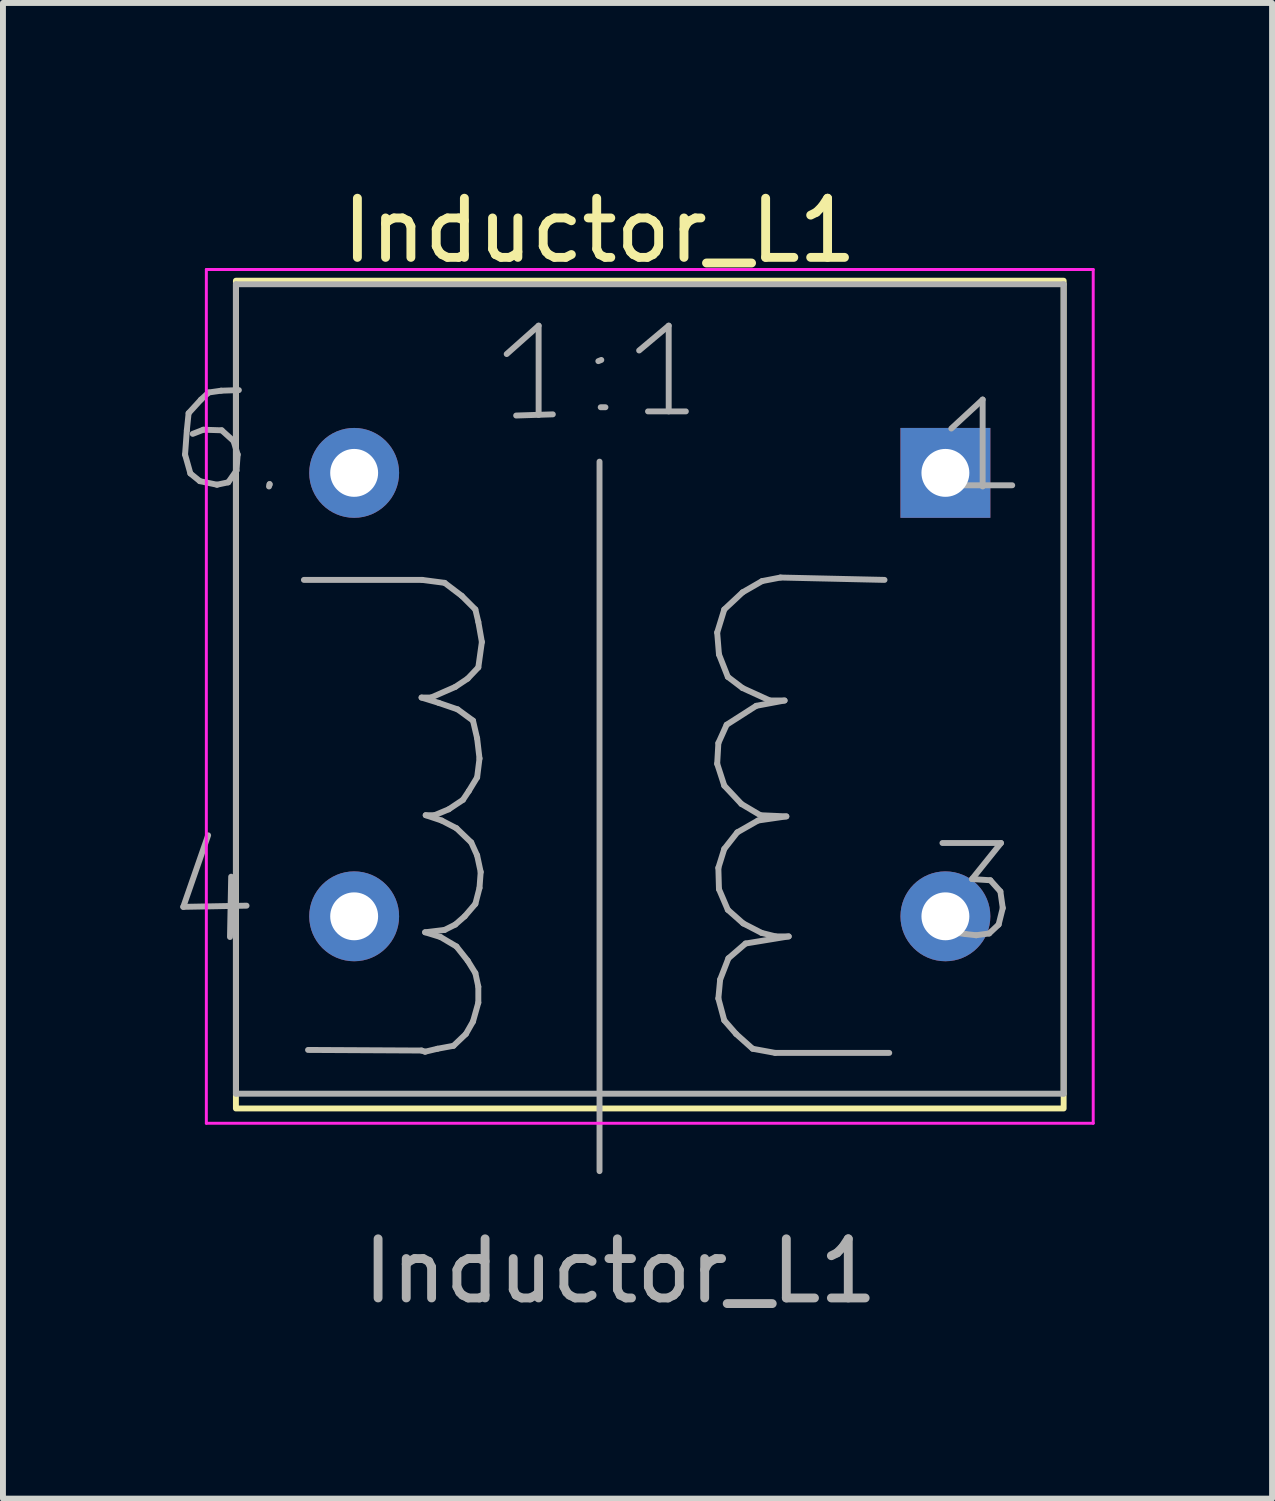
<source format=kicad_pcb>
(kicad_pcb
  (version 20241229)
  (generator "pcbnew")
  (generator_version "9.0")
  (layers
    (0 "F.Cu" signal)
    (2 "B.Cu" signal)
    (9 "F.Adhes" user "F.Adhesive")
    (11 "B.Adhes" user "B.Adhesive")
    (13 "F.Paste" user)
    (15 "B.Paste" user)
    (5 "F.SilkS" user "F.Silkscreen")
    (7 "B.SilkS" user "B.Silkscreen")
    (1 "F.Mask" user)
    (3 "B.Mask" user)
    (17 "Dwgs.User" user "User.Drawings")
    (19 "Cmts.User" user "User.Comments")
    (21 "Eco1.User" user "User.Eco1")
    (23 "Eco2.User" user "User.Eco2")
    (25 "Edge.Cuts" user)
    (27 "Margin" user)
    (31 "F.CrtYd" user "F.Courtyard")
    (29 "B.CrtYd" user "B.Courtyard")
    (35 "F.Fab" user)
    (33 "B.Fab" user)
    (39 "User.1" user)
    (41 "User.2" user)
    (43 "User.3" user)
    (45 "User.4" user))
  (footprint "Inductor_L1"
    (layer "F.Cu")
    (at 13.44 6.948)
    (property "Reference" "Inductor_L1" (at -6.35 -6.1 0) (layer "F.SilkS") (effects (font (size 1 1) (thickness 0.15))))
    (attr through_hole)
    (fp_rect (start -12.5 -5.25) (end 1.5 8.75) (stroke (width 0.1) (type solid)) (fill no) (layer "F.SilkS"))
    (fp_line (start -13 -5.44) (end -13 9) (stroke (width 0.05) (type solid)) (layer "F.CrtYd"))
    (fp_line (start -13 -5.44) (end 2 -5.44) (stroke (width 0.05) (type solid)) (layer "F.CrtYd"))
    (fp_line (start 2 9) (end -13 9) (stroke (width 0.05) (type solid)) (layer "F.CrtYd"))
    (fp_line (start 2 9) (end 2 -5.44) (stroke (width 0.05) (type solid)) (layer "F.CrtYd"))
    (fp_line (start -13.39 5.34) (end -12.32 5.32) (stroke (width 0.1) (type solid)) (layer "F.Fab"))
    (fp_line (start -13.36 -2.31) (end -13.27 -1.99) (stroke (width 0.1) (type solid)) (layer "F.Fab"))
    (fp_line (start -13.33 -2.72) (end -13.36 -2.31) (stroke (width 0.1) (type solid)) (layer "F.Fab"))
    (fp_line (start -13.3 -3.01) (end -13.33 -2.72) (stroke (width 0.1) (type solid)) (layer "F.Fab"))
    (fp_line (start -13.27 -1.99) (end -13.11 -1.86) (stroke (width 0.1) (type solid)) (layer "F.Fab"))
    (fp_line (start -13.11 -1.86) (end -12.82 -1.8) (stroke (width 0.1) (type solid)) (layer "F.Fab"))
    (fp_line (start -13.09 -3.24) (end -13.3 -3.01) (stroke (width 0.1) (type solid)) (layer "F.Fab"))
    (fp_line (start -13.05 -2.73) (end -13.23 -2.66) (stroke (width 0.1) (type solid)) (layer "F.Fab"))
    (fp_line (start -12.97 4.13) (end -13.39 5.34) (stroke (width 0.1) (type solid)) (layer "F.Fab"))
    (fp_line (start -12.96 -3.36) (end -13.09 -3.24) (stroke (width 0.1) (type solid)) (layer "F.Fab"))
    (fp_line (start -12.82 -1.8) (end -12.63 -1.84) (stroke (width 0.1) (type solid)) (layer "F.Fab"))
    (fp_line (start -12.75 -3.39) (end -12.96 -3.36) (stroke (width 0.1) (type solid)) (layer "F.Fab"))
    (fp_line (start -12.74 -2.72) (end -13.05 -2.73) (stroke (width 0.1) (type solid)) (layer "F.Fab"))
    (fp_line (start -12.63 -1.84) (end -12.49 -2.04) (stroke (width 0.1) (type solid)) (layer "F.Fab"))
    (fp_line (start -12.58 4.83) (end -12.6 5.85) (stroke (width 0.1) (type solid)) (layer "F.Fab"))
    (fp_line (start -12.54 -2.54) (end -12.74 -2.72) (stroke (width 0.1) (type solid)) (layer "F.Fab"))
    (fp_line (start -12.5 -5.19) (end -12.5 8.5) (stroke (width 0.1) (type solid)) (layer "F.Fab"))
    (fp_line (start -12.5 8.5) (end 1.5 8.5) (stroke (width 0.1) (type solid)) (layer "F.Fab"))
    (fp_line (start -12.49 -2.04) (end -12.47 -2.31) (stroke (width 0.1) (type solid)) (layer "F.Fab"))
    (fp_line (start -12.47 -2.31) (end -12.54 -2.54) (stroke (width 0.1) (type solid)) (layer "F.Fab"))
    (fp_line (start -12.45 -3.4) (end -12.75 -3.39) (stroke (width 0.1) (type solid)) (layer "F.Fab"))
    (fp_line (start -11.94 -1.77) (end -11.93 -1.81) (stroke (width 0.1) (type solid)) (layer "F.Fab"))
    (fp_line (start -11.93 -1.81) (end -11.93 -1.8) (stroke (width 0.1) (type solid)) (layer "F.Fab"))
    (fp_line (start -11.35 -0.19) (end -9.35 -0.19) (stroke (width 0.1) (type solid)) (layer "F.Fab"))
    (fp_line (start -9.36 1.8) (end -9.07 1.89) (stroke (width 0.1) (type solid)) (layer "F.Fab"))
    (fp_line (start -9.36 7.77) (end -11.28 7.76) (stroke (width 0.1) (type solid)) (layer "F.Fab"))
    (fp_line (start -9.35 -0.19) (end -8.97 -0.14) (stroke (width 0.1) (type solid)) (layer "F.Fab"))
    (fp_line (start -9.3 5.77) (end -9.04 5.85) (stroke (width 0.1) (type solid)) (layer "F.Fab"))
    (fp_line (start -9.3 7.79) (end -9.36 7.77) (stroke (width 0.1) (type solid)) (layer "F.Fab"))
    (fp_line (start -9.29 3.79) (end -9.02 3.88) (stroke (width 0.1) (type solid)) (layer "F.Fab"))
    (fp_line (start -9.2 1.8) (end -9.36 1.8) (stroke (width 0.1) (type solid)) (layer "F.Fab"))
    (fp_line (start -9.14 3.79) (end -9.29 3.79) (stroke (width 0.1) (type solid)) (layer "F.Fab"))
    (fp_line (start -9.09 7.74) (end -9.3 7.79) (stroke (width 0.1) (type solid)) (layer "F.Fab"))
    (fp_line (start -9.07 1.89) (end -8.75 2) (stroke (width 0.1) (type solid)) (layer "F.Fab"))
    (fp_line (start -9.04 5.85) (end -8.77 6.01) (stroke (width 0.1) (type solid)) (layer "F.Fab"))
    (fp_line (start -9.02 3.88) (end -8.77 4.01) (stroke (width 0.1) (type solid)) (layer "F.Fab"))
    (fp_line (start -8.97 -0.14) (end -8.68 0.08) (stroke (width 0.1) (type solid)) (layer "F.Fab"))
    (fp_line (start -8.97 5.73) (end -9.3 5.77) (stroke (width 0.1) (type solid)) (layer "F.Fab"))
    (fp_line (start -8.9 3.69) (end -9.14 3.79) (stroke (width 0.1) (type solid)) (layer "F.Fab"))
    (fp_line (start -8.82 7.69) (end -9.09 7.74) (stroke (width 0.1) (type solid)) (layer "F.Fab"))
    (fp_line (start -8.79 1.62) (end -9.2 1.8) (stroke (width 0.1) (type solid)) (layer "F.Fab"))
    (fp_line (start -8.79 5.64) (end -8.97 5.73) (stroke (width 0.1) (type solid)) (layer "F.Fab"))
    (fp_line (start -8.77 4.01) (end -8.52 4.25) (stroke (width 0.1) (type solid)) (layer "F.Fab"))
    (fp_line (start -8.77 6.01) (end -8.58 6.25) (stroke (width 0.1) (type solid)) (layer "F.Fab"))
    (fp_line (start -8.75 2) (end -8.49 2.19) (stroke (width 0.1) (type solid)) (layer "F.Fab"))
    (fp_line (start -8.68 0.08) (end -8.45 0.31) (stroke (width 0.1) (type solid)) (layer "F.Fab"))
    (fp_line (start -8.66 3.53) (end -8.9 3.69) (stroke (width 0.1) (type solid)) (layer "F.Fab"))
    (fp_line (start -8.63 5.5) (end -8.79 5.64) (stroke (width 0.1) (type solid)) (layer "F.Fab"))
    (fp_line (start -8.61 7.49) (end -8.82 7.69) (stroke (width 0.1) (type solid)) (layer "F.Fab"))
    (fp_line (start -8.58 1.48) (end -8.79 1.62) (stroke (width 0.1) (type solid)) (layer "F.Fab"))
    (fp_line (start -8.58 6.25) (end -8.45 6.46) (stroke (width 0.1) (type solid)) (layer "F.Fab"))
    (fp_line (start -8.56 3.38) (end -8.66 3.53) (stroke (width 0.1) (type solid)) (layer "F.Fab"))
    (fp_line (start -8.52 4.25) (end -8.42 4.47) (stroke (width 0.1) (type solid)) (layer "F.Fab"))
    (fp_line (start -8.49 2.19) (end -8.42 2.49) (stroke (width 0.1) (type solid)) (layer "F.Fab"))
    (fp_line (start -8.49 7.28) (end -8.61 7.49) (stroke (width 0.1) (type solid)) (layer "F.Fab"))
    (fp_line (start -8.45 0.31) (end -8.4 0.52) (stroke (width 0.1) (type solid)) (layer "F.Fab"))
    (fp_line (start -8.45 5.29) (end -8.63 5.5) (stroke (width 0.1) (type solid)) (layer "F.Fab"))
    (fp_line (start -8.45 6.46) (end -8.4 6.69) (stroke (width 0.1) (type solid)) (layer "F.Fab"))
    (fp_line (start -8.42 2.49) (end -8.38 2.83) (stroke (width 0.1) (type solid)) (layer "F.Fab"))
    (fp_line (start -8.42 3.15) (end -8.56 3.38) (stroke (width 0.1) (type solid)) (layer "F.Fab"))
    (fp_line (start -8.42 4.47) (end -8.36 4.75) (stroke (width 0.1) (type solid)) (layer "F.Fab"))
    (fp_line (start -8.4 0.52) (end -8.34 0.86) (stroke (width 0.1) (type solid)) (layer "F.Fab"))
    (fp_line (start -8.4 1.29) (end -8.58 1.48) (stroke (width 0.1) (type solid)) (layer "F.Fab"))
    (fp_line (start -8.4 6.69) (end -8.4 6.96) (stroke (width 0.1) (type solid)) (layer "F.Fab"))
    (fp_line (start -8.4 6.96) (end -8.49 7.28) (stroke (width 0.1) (type solid)) (layer "F.Fab"))
    (fp_line (start -8.38 2.83) (end -8.42 3.15) (stroke (width 0.1) (type solid)) (layer "F.Fab"))
    (fp_line (start -8.38 5.02) (end -8.45 5.29) (stroke (width 0.1) (type solid)) (layer "F.Fab"))
    (fp_line (start -8.36 4.75) (end -8.38 5.02) (stroke (width 0.1) (type solid)) (layer "F.Fab"))
    (fp_line (start -8.34 0.86) (end -8.4 1.29) (stroke (width 0.1) (type solid)) (layer "F.Fab"))
    (fp_line (start -7.92 -4.01) (end -7.38 -4.49) (stroke (width 0.1) (type solid)) (layer "F.Fab"))
    (fp_line (start -7.76 -2.97) (end -7.14 -2.99) (stroke (width 0.1) (type solid)) (layer "F.Fab"))
    (fp_line (start -7.38 -4.49) (end -7.38 -2.98) (stroke (width 0.1) (type solid)) (layer "F.Fab"))
    (fp_line (start -6.35 -2.19) (end -6.35 9.81) (stroke (width 0.1) (type solid)) (layer "F.Fab"))
    (fp_line (start -6.32 -3.91) (end -6.37 -3.89) (stroke (width 0.1) (type solid)) (layer "F.Fab"))
    (fp_line (start -6.25 -3.11) (end -6.33 -3.11) (stroke (width 0.1) (type solid)) (layer "F.Fab"))
    (fp_line (start -5.68 -4.07) (end -5.18 -4.49) (stroke (width 0.1) (type solid)) (layer "F.Fab"))
    (fp_line (start -5.53 -3.04) (end -4.89 -3.04) (stroke (width 0.1) (type solid)) (layer "F.Fab"))
    (fp_line (start -5.18 -4.49) (end -5.18 -3.04) (stroke (width 0.1) (type solid)) (layer "F.Fab"))
    (fp_line (start -4.36 0.7) (end -4.33 1.07) (stroke (width 0.1) (type solid)) (layer "F.Fab"))
    (fp_line (start -4.36 2.92) (end -4.24 3.29) (stroke (width 0.1) (type solid)) (layer "F.Fab"))
    (fp_line (start -4.34 2.57) (end -4.36 2.92) (stroke (width 0.1) (type solid)) (layer "F.Fab"))
    (fp_line (start -4.34 4.68) (end -4.33 5.04) (stroke (width 0.1) (type solid)) (layer "F.Fab"))
    (fp_line (start -4.34 6.89) (end -4.24 7.26) (stroke (width 0.1) (type solid)) (layer "F.Fab"))
    (fp_line (start -4.33 1.07) (end -4.18 1.45) (stroke (width 0.1) (type solid)) (layer "F.Fab"))
    (fp_line (start -4.33 5.04) (end -4.18 5.39) (stroke (width 0.1) (type solid)) (layer "F.Fab"))
    (fp_line (start -4.31 6.57) (end -4.34 6.89) (stroke (width 0.1) (type solid)) (layer "F.Fab"))
    (fp_line (start -4.24 0.31) (end -4.36 0.7) (stroke (width 0.1) (type solid)) (layer "F.Fab"))
    (fp_line (start -4.24 3.29) (end -3.95 3.6) (stroke (width 0.1) (type solid)) (layer "F.Fab"))
    (fp_line (start -4.24 4.36) (end -4.34 4.68) (stroke (width 0.1) (type solid)) (layer "F.Fab"))
    (fp_line (start -4.24 7.26) (end -4.04 7.49) (stroke (width 0.1) (type solid)) (layer "F.Fab"))
    (fp_line (start -4.2 2.26) (end -4.34 2.57) (stroke (width 0.1) (type solid)) (layer "F.Fab"))
    (fp_line (start -4.18 1.45) (end -3.93 1.64) (stroke (width 0.1) (type solid)) (layer "F.Fab"))
    (fp_line (start -4.18 5.39) (end -3.92 5.62) (stroke (width 0.1) (type solid)) (layer "F.Fab"))
    (fp_line (start -4.17 6.21) (end -4.31 6.57) (stroke (width 0.1) (type solid)) (layer "F.Fab"))
    (fp_line (start -4.04 7.49) (end -3.76 7.74) (stroke (width 0.1) (type solid)) (layer "F.Fab"))
    (fp_line (start -4.02 4.08) (end -4.24 4.36) (stroke (width 0.1) (type solid)) (layer "F.Fab"))
    (fp_line (start -3.95 3.6) (end -3.63 3.79) (stroke (width 0.1) (type solid)) (layer "F.Fab"))
    (fp_line (start -3.93 0.02) (end -4.24 0.31) (stroke (width 0.1) (type solid)) (layer "F.Fab"))
    (fp_line (start -3.93 1.64) (end -3.47 1.85) (stroke (width 0.1) (type solid)) (layer "F.Fab"))
    (fp_line (start -3.92 5.62) (end -3.61 5.78) (stroke (width 0.1) (type solid)) (layer "F.Fab"))
    (fp_line (start -3.88 5.96) (end -4.17 6.21) (stroke (width 0.1) (type solid)) (layer "F.Fab"))
    (fp_line (start -3.76 7.74) (end -3.38 7.81) (stroke (width 0.1) (type solid)) (layer "F.Fab"))
    (fp_line (start -3.7 1.94) (end -4.2 2.26) (stroke (width 0.1) (type solid)) (layer "F.Fab"))
    (fp_line (start -3.67 3.88) (end -4.02 4.08) (stroke (width 0.1) (type solid)) (layer "F.Fab"))
    (fp_line (start -3.63 3.79) (end -3.19 3.81) (stroke (width 0.1) (type solid)) (layer "F.Fab"))
    (fp_line (start -3.61 5.78) (end -3.37 5.84) (stroke (width 0.1) (type solid)) (layer "F.Fab"))
    (fp_line (start -3.6 -0.17) (end -3.93 0.02) (stroke (width 0.1) (type solid)) (layer "F.Fab"))
    (fp_line (start -3.47 1.85) (end -3.22 1.85) (stroke (width 0.1) (type solid)) (layer "F.Fab"))
    (fp_line (start -3.38 7.81) (end -1.45 7.81) (stroke (width 0.1) (type solid)) (layer "F.Fab"))
    (fp_line (start -3.37 5.84) (end -3.15 5.84) (stroke (width 0.1) (type solid)) (layer "F.Fab"))
    (fp_line (start -3.29 -0.23) (end -3.6 -0.17) (stroke (width 0.1) (type solid)) (layer "F.Fab"))
    (fp_line (start -3.22 1.85) (end -3.7 1.94) (stroke (width 0.1) (type solid)) (layer "F.Fab"))
    (fp_line (start -3.19 3.81) (end -3.67 3.88) (stroke (width 0.1) (type solid)) (layer "F.Fab"))
    (fp_line (start -3.15 5.84) (end -3.88 5.96) (stroke (width 0.1) (type solid)) (layer "F.Fab"))
    (fp_line (start -1.53 -0.19) (end -3.29 -0.23) (stroke (width 0.1) (type solid)) (layer "F.Fab"))
    (fp_line (start -0.55 4.26) (end 0.44 4.26) (stroke (width 0.1) (type solid)) (layer "F.Fab"))
    (fp_line (start -0.4 -2.75) (end 0.13 -3.24) (stroke (width 0.1) (type solid)) (layer "F.Fab"))
    (fp_line (start -0.36 -1.79) (end 0.63 -1.79) (stroke (width 0.1) (type solid)) (layer "F.Fab"))
    (fp_line (start -0.32 5.78) (end -0.47 5.67) (stroke (width 0.1) (type solid)) (layer "F.Fab"))
    (fp_line (start -0.16 5.8) (end -0.32 5.78) (stroke (width 0.1) (type solid)) (layer "F.Fab"))
    (fp_line (start -0.05 4.87) (end 0.26 4.89) (stroke (width 0.1) (type solid)) (layer "F.Fab"))
    (fp_line (start 0.02 5.82) (end -0.16 5.8) (stroke (width 0.1) (type solid)) (layer "F.Fab"))
    (fp_line (start 0.13 -3.24) (end 0.13 -1.77) (stroke (width 0.1) (type solid)) (layer "F.Fab"))
    (fp_line (start 0.24 5.79) (end 0.02 5.82) (stroke (width 0.1) (type solid)) (layer "F.Fab"))
    (fp_line (start 0.26 4.89) (end 0.43 5.08) (stroke (width 0.1) (type solid)) (layer "F.Fab"))
    (fp_line (start 0.4 5.64) (end 0.24 5.79) (stroke (width 0.1) (type solid)) (layer "F.Fab"))
    (fp_line (start 0.43 5.08) (end 0.47 5.36) (stroke (width 0.1) (type solid)) (layer "F.Fab"))
    (fp_line (start 0.44 4.26) (end -0.05 4.87) (stroke (width 0.1) (type solid)) (layer "F.Fab"))
    (fp_line (start 0.47 5.36) (end 0.4 5.64) (stroke (width 0.1) (type solid)) (layer "F.Fab"))
    (fp_line (start 1.5 -5.19) (end -12.5 -5.19) (stroke (width 0.1) (type solid)) (layer "F.Fab"))
    (fp_line (start 1.5 8.5) (end 1.5 -5.19) (stroke (width 0.1) (type solid)) (layer "F.Fab"))
    (fp_text user "${REFERENCE}" (at -6 11.5 0) (layer "F.Fab") (effects (font (size 1 1) (thickness 0.15))))
    (pad "1" thru_hole rect (at -0.5 -2) (size 1.52 1.52) (drill 0.81) (layers "*.Cu" "*.Mask"))
    (pad "2" thru_hole circle (at -0.5 5.5) (size 1.52 1.52) (drill 0.81) (layers "*.Cu" "*.Mask"))
    (pad "3" thru_hole circle (at -10.5 -2) (size 1.52 1.52) (drill 0.81) (layers "*.Cu" "*.Mask"))
    (pad "4" thru_hole circle (at -10.5 5.5) (size 1.52 1.52) (drill 0.81) (layers "*.Cu" "*.Mask")))
  (gr_rect
    (start -3 -3)
    (end 18.465 22.297)
    (stroke (width 0.1) (type default))
    (fill no)
    (layer "Edge.Cuts")))
</source>
